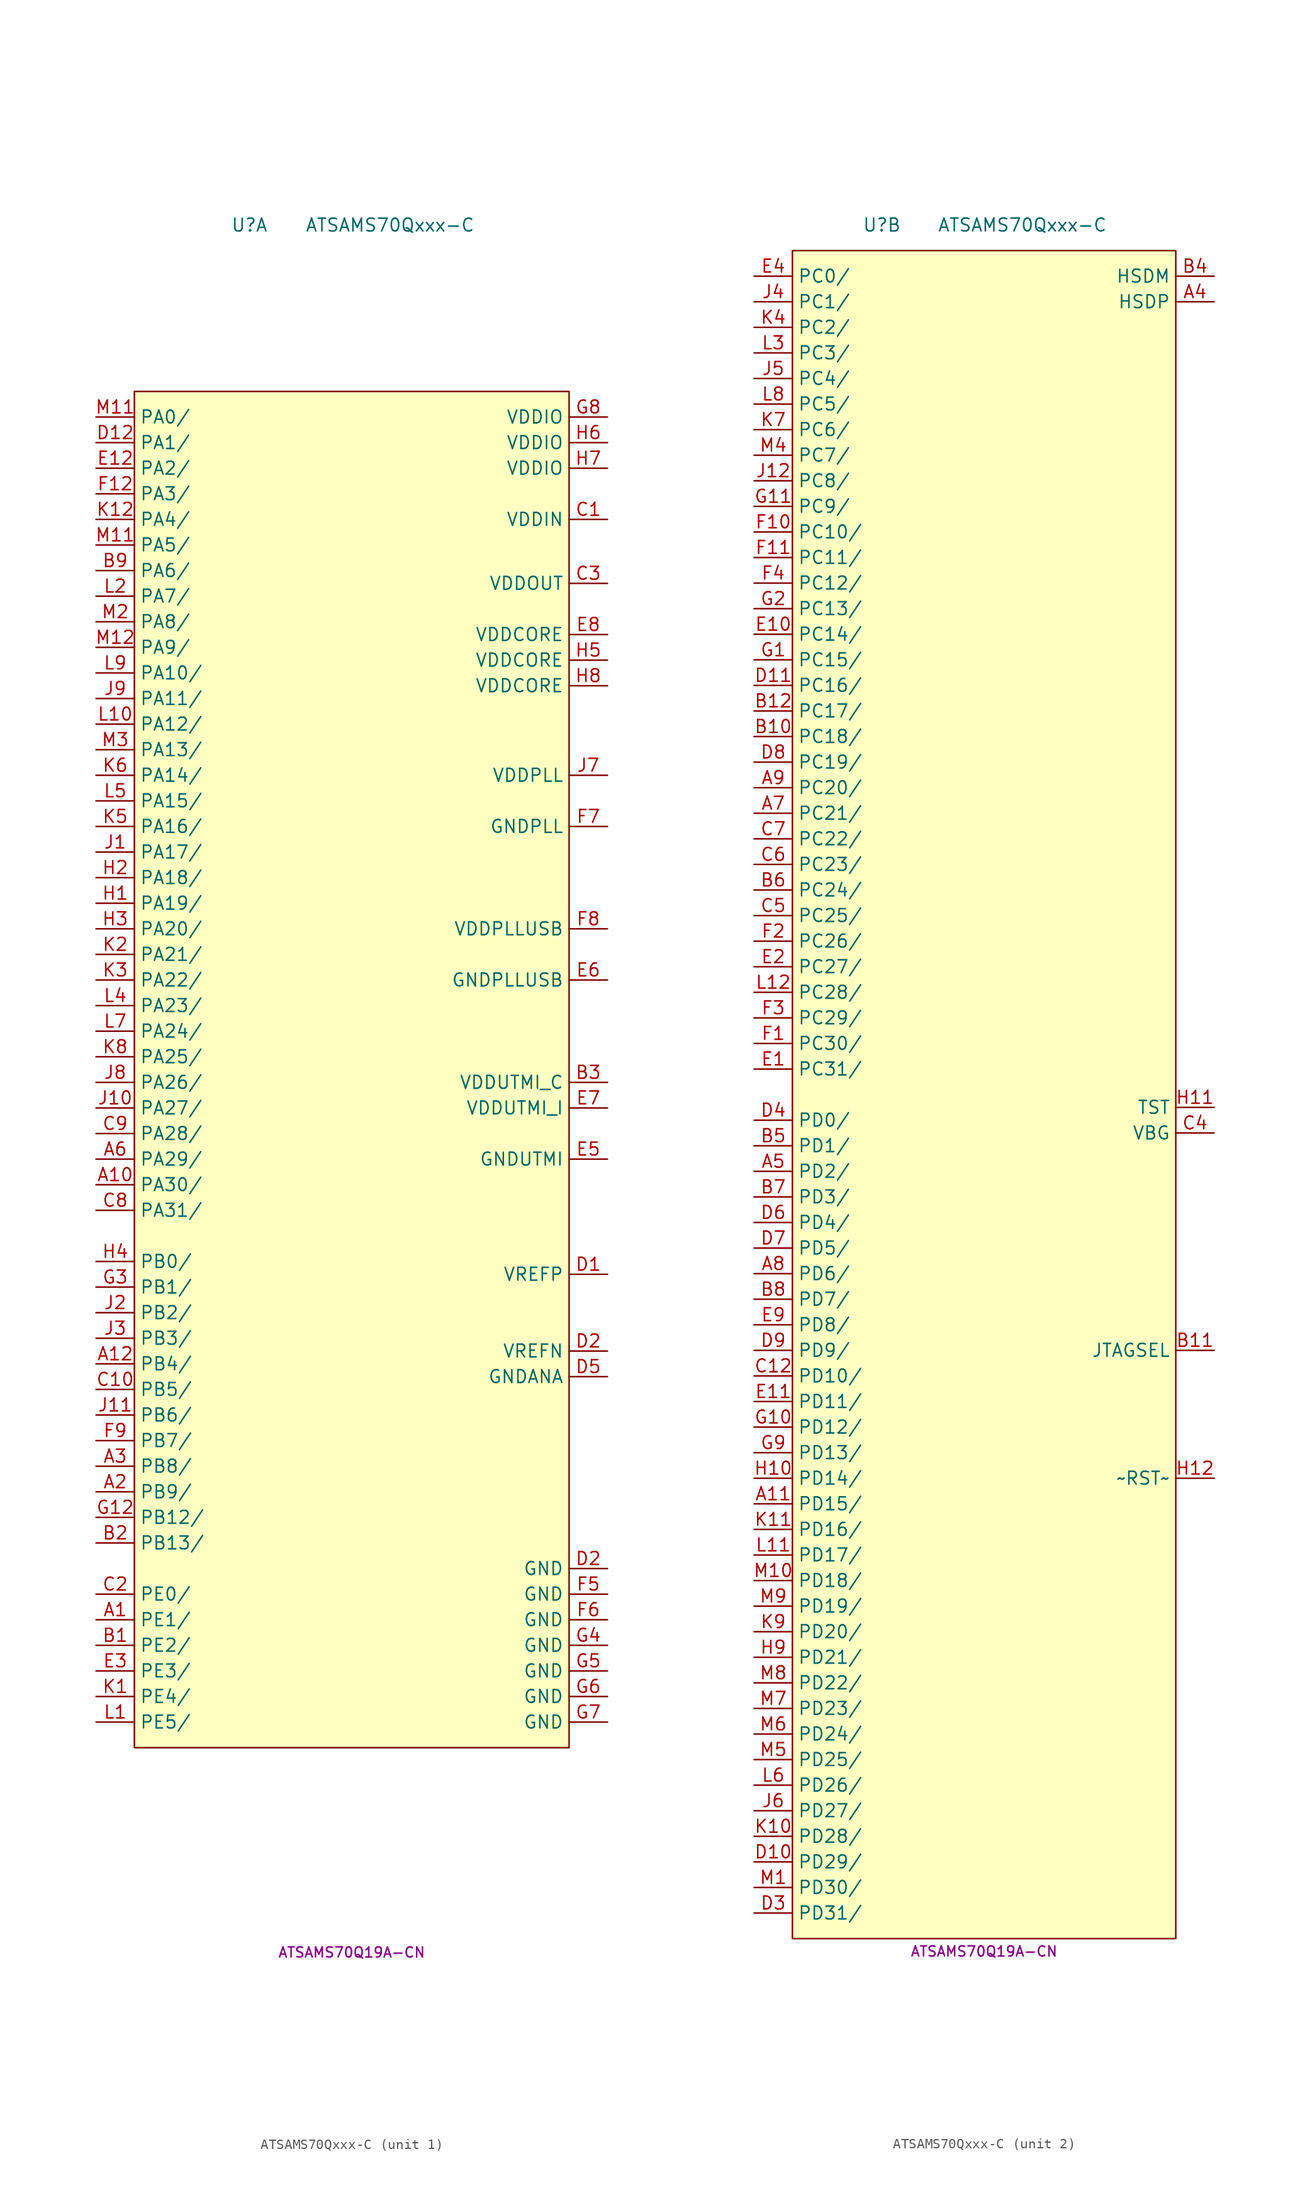
<source format=kicad_sym>
(kicad_symbol_lib
  (version 20231120)
  (generator "kicad_symbol_editor")
  (generator_version "8.0")
  (symbol "ATSAMS70Qxxx-C"
    (property "Reference" "U"
      (at -10.16 85.09 0)
      (effects (font (size 1.27 1.27))))
    (property "Value" "ATSAMS70Qxxx-C"
      (at 3.81 85.09 0)
      (effects (font (size 1.27 1.27))))
    (property "MPN" "ATSAMS70Q19A-CN"
      (at 0 -86.36 0)
      (effects (font (size 1 1))))
    (property "ki_locked" ""
      (at 0 0 0)
      (effects (font (size 1.27 1.27))))
    (symbol "ATSAMS70Qxxx-C_1_1"
      (rectangle (start -21.59 68.58) (end 21.59 -66.04) (stroke (width 0.152) (type default)) (fill (type background)))
      (pin bidirectional line (at -25.4 -53.34 0) (length 3.81) (name "PE1/" (effects (font (size 1.27 1.27)))) (number "A1" (effects (font (size 1.27 1.27)))))
      (pin bidirectional line (at -25.4 -10.16 0) (length 3.81) (name "PA30/" (effects (font (size 1.27 1.27)))) (number "A10" (effects (font (size 1.27 1.27)))))
      (pin bidirectional line (at -25.4 -27.94 0) (length 3.81) (name "PB4/" (effects (font (size 1.27 1.27)))) (number "A12" (effects (font (size 1.27 1.27)))))
      (pin bidirectional line (at -25.4 -40.64 0) (length 3.81) (name "PB9/" (effects (font (size 1.27 1.27)))) (number "A2" (effects (font (size 1.27 1.27)))))
      (pin bidirectional line (at -25.4 -38.1 0) (length 3.81) (name "PB8/" (effects (font (size 1.27 1.27)))) (number "A3" (effects (font (size 1.27 1.27)))))
      (pin bidirectional line (at -25.4 -7.62 0) (length 3.81) (name "PA29/" (effects (font (size 1.27 1.27)))) (number "A6" (effects (font (size 1.27 1.27)))))
      (pin bidirectional line (at -25.4 -55.88 0) (length 3.81) (name "PE2/" (effects (font (size 1.27 1.27)))) (number "B1" (effects (font (size 1.27 1.27)))))
      (pin bidirectional line (at -25.4 -45.72 0) (length 3.81) (name "PB13/" (effects (font (size 1.27 1.27)))) (number "B2" (effects (font (size 1.27 1.27)))))
      (pin power_in line (at 25.4 0 180) (length 3.81) (name "VDDUTMI_C" (effects (font (size 1.27 1.27)))) (number "B3" (effects (font (size 1.27 1.27)))))
      (pin bidirectional line (at -25.4 50.8 0) (length 3.81) (name "PA6/" (effects (font (size 1.27 1.27)))) (number "B9" (effects (font (size 1.27 1.27)))))
      (pin power_in line (at 25.4 55.88 180) (length 3.81) (name "VDDIN" (effects (font (size 1.27 1.27)))) (number "C1" (effects (font (size 1.27 1.27)))))
      (pin bidirectional line (at -25.4 -30.48 0) (length 3.81) (name "PB5/" (effects (font (size 1.27 1.27)))) (number "C10" (effects (font (size 1.27 1.27)))))
      (pin bidirectional line (at -25.4 -50.8 0) (length 3.81) (name "PE0/" (effects (font (size 1.27 1.27)))) (number "C2" (effects (font (size 1.27 1.27)))))
      (pin power_out line (at 25.4 49.53 180) (length 3.81) (name "VDDOUT" (effects (font (size 1.27 1.27)))) (number "C3" (effects (font (size 1.27 1.27)))))
      (pin bidirectional line (at -25.4 -12.7 0) (length 3.81) (name "PA31/" (effects (font (size 1.27 1.27)))) (number "C8" (effects (font (size 1.27 1.27)))))
      (pin bidirectional line (at -25.4 -5.08 0) (length 3.81) (name "PA28/" (effects (font (size 1.27 1.27)))) (number "C9" (effects (font (size 1.27 1.27)))))
      (pin passive line (at 25.4 -19.05 180) (length 3.81) (name "VREFP" (effects (font (size 1.27 1.27)))) (number "D1" (effects (font (size 1.27 1.27)))))
      (pin bidirectional line (at -25.4 63.5 0) (length 3.81) (name "PA1/" (effects (font (size 1.27 1.27)))) (number "D12" (effects (font (size 1.27 1.27)))))
      (pin power_in line (at 25.4 -48.26 180) (length 3.81) (name "GND" (effects (font (size 1.27 1.27)))) (number "D2" (effects (font (size 1.27 1.27)))))
      (pin passive line (at 25.4 -26.67 180) (length 3.81) (name "VREFN" (effects (font (size 1.27 1.27)))) (number "D2" (effects (font (size 1.27 1.27)))))
      (pin power_in line (at 25.4 -29.21 180) (length 3.81) (name "GNDANA" (effects (font (size 1.27 1.27)))) (number "D5" (effects (font (size 1.27 1.27)))))
      (pin bidirectional line (at -25.4 60.96 0) (length 3.81) (name "PA2/" (effects (font (size 1.27 1.27)))) (number "E12" (effects (font (size 1.27 1.27)))))
      (pin bidirectional line (at -25.4 -58.42 0) (length 3.81) (name "PE3/" (effects (font (size 1.27 1.27)))) (number "E3" (effects (font (size 1.27 1.27)))))
      (pin power_in line (at 25.4 -7.62 180) (length 3.81) (name "GNDUTMI" (effects (font (size 1.27 1.27)))) (number "E5" (effects (font (size 1.27 1.27)))))
      (pin power_in line (at 25.4 10.16 180) (length 3.81) (name "GNDPLLUSB" (effects (font (size 1.27 1.27)))) (number "E6" (effects (font (size 1.27 1.27)))))
      (pin power_in line (at 25.4 -2.54 180) (length 3.81) (name "VDDUTMI_I" (effects (font (size 1.27 1.27)))) (number "E7" (effects (font (size 1.27 1.27)))))
      (pin power_in line (at 25.4 44.45 180) (length 3.81) (name "VDDCORE" (effects (font (size 1.27 1.27)))) (number "E8" (effects (font (size 1.27 1.27)))))
      (pin bidirectional line (at -25.4 58.42 0) (length 3.81) (name "PA3/" (effects (font (size 1.27 1.27)))) (number "F12" (effects (font (size 1.27 1.27)))))
      (pin power_in line (at 25.4 -50.8 180) (length 3.81) (name "GND" (effects (font (size 1.27 1.27)))) (number "F5" (effects (font (size 1.27 1.27)))))
      (pin power_in line (at 25.4 -53.34 180) (length 3.81) (name "GND" (effects (font (size 1.27 1.27)))) (number "F6" (effects (font (size 1.27 1.27)))))
      (pin power_in line (at 25.4 25.4 180) (length 3.81) (name "GNDPLL" (effects (font (size 1.27 1.27)))) (number "F7" (effects (font (size 1.27 1.27)))))
      (pin power_in line (at 25.4 15.24 180) (length 3.81) (name "VDDPLLUSB" (effects (font (size 1.27 1.27)))) (number "F8" (effects (font (size 1.27 1.27)))))
      (pin bidirectional line (at -25.4 -35.56 0) (length 3.81) (name "PB7/" (effects (font (size 1.27 1.27)))) (number "F9" (effects (font (size 1.27 1.27)))))
      (pin bidirectional line (at -25.4 -43.18 0) (length 3.81) (name "PB12/" (effects (font (size 1.27 1.27)))) (number "G12" (effects (font (size 1.27 1.27)))))
      (pin bidirectional line (at -25.4 -20.32 0) (length 3.81) (name "PB1/" (effects (font (size 1.27 1.27)))) (number "G3" (effects (font (size 1.27 1.27)))))
      (pin power_in line (at 25.4 -55.88 180) (length 3.81) (name "GND" (effects (font (size 1.27 1.27)))) (number "G4" (effects (font (size 1.27 1.27)))))
      (pin power_in line (at 25.4 -58.42 180) (length 3.81) (name "GND" (effects (font (size 1.27 1.27)))) (number "G5" (effects (font (size 1.27 1.27)))))
      (pin power_in line (at 25.4 -60.96 180) (length 3.81) (name "GND" (effects (font (size 1.27 1.27)))) (number "G6" (effects (font (size 1.27 1.27)))))
      (pin power_in line (at 25.4 -63.5 180) (length 3.81) (name "GND" (effects (font (size 1.27 1.27)))) (number "G7" (effects (font (size 1.27 1.27)))))
      (pin power_in line (at 25.4 66.04 180) (length 3.81) (name "VDDIO" (effects (font (size 1.27 1.27)))) (number "G8" (effects (font (size 1.27 1.27)))))
      (pin bidirectional line (at -25.4 17.78 0) (length 3.81) (name "PA19/" (effects (font (size 1.27 1.27)))) (number "H1" (effects (font (size 1.27 1.27)))))
      (pin bidirectional line (at -25.4 20.32 0) (length 3.81) (name "PA18/" (effects (font (size 1.27 1.27)))) (number "H2" (effects (font (size 1.27 1.27)))))
      (pin bidirectional line (at -25.4 15.24 0) (length 3.81) (name "PA20/" (effects (font (size 1.27 1.27)))) (number "H3" (effects (font (size 1.27 1.27)))))
      (pin bidirectional line (at -25.4 -17.78 0) (length 3.81) (name "PB0/" (effects (font (size 1.27 1.27)))) (number "H4" (effects (font (size 1.27 1.27)))))
      (pin power_in line (at 25.4 41.91 180) (length 3.81) (name "VDDCORE" (effects (font (size 1.27 1.27)))) (number "H5" (effects (font (size 1.27 1.27)))))
      (pin power_in line (at 25.4 63.5 180) (length 3.81) (name "VDDIO" (effects (font (size 1.27 1.27)))) (number "H6" (effects (font (size 1.27 1.27)))))
      (pin power_in line (at 25.4 60.96 180) (length 3.81) (name "VDDIO" (effects (font (size 1.27 1.27)))) (number "H7" (effects (font (size 1.27 1.27)))))
      (pin power_in line (at 25.4 39.37 180) (length 3.81) (name "VDDCORE" (effects (font (size 1.27 1.27)))) (number "H8" (effects (font (size 1.27 1.27)))))
      (pin bidirectional line (at -25.4 22.86 0) (length 3.81) (name "PA17/" (effects (font (size 1.27 1.27)))) (number "J1" (effects (font (size 1.27 1.27)))))
      (pin bidirectional line (at -25.4 -2.54 0) (length 3.81) (name "PA27/" (effects (font (size 1.27 1.27)))) (number "J10" (effects (font (size 1.27 1.27)))))
      (pin bidirectional line (at -25.4 -33.02 0) (length 3.81) (name "PB6/" (effects (font (size 1.27 1.27)))) (number "J11" (effects (font (size 1.27 1.27)))))
      (pin bidirectional line (at -25.4 -22.86 0) (length 3.81) (name "PB2/" (effects (font (size 1.27 1.27)))) (number "J2" (effects (font (size 1.27 1.27)))))
      (pin bidirectional line (at -25.4 -25.4 0) (length 3.81) (name "PB3/" (effects (font (size 1.27 1.27)))) (number "J3" (effects (font (size 1.27 1.27)))))
      (pin power_in line (at 25.4 30.48 180) (length 3.81) (name "VDDPLL" (effects (font (size 1.27 1.27)))) (number "J7" (effects (font (size 1.27 1.27)))))
      (pin bidirectional line (at -25.4 0 0) (length 3.81) (name "PA26/" (effects (font (size 1.27 1.27)))) (number "J8" (effects (font (size 1.27 1.27)))))
      (pin bidirectional line (at -25.4 38.1 0) (length 3.81) (name "PA11/" (effects (font (size 1.27 1.27)))) (number "J9" (effects (font (size 1.27 1.27)))))
      (pin bidirectional line (at -25.4 -60.96 0) (length 3.81) (name "PE4/" (effects (font (size 1.27 1.27)))) (number "K1" (effects (font (size 1.27 1.27)))))
      (pin bidirectional line (at -25.4 55.88 0) (length 3.81) (name "PA4/" (effects (font (size 1.27 1.27)))) (number "K12" (effects (font (size 1.27 1.27)))))
      (pin bidirectional line (at -25.4 12.7 0) (length 3.81) (name "PA21/" (effects (font (size 1.27 1.27)))) (number "K2" (effects (font (size 1.27 1.27)))))
      (pin bidirectional line (at -25.4 10.16 0) (length 3.81) (name "PA22/" (effects (font (size 1.27 1.27)))) (number "K3" (effects (font (size 1.27 1.27)))))
      (pin bidirectional line (at -25.4 25.4 0) (length 3.81) (name "PA16/" (effects (font (size 1.27 1.27)))) (number "K5" (effects (font (size 1.27 1.27)))))
      (pin bidirectional line (at -25.4 30.48 0) (length 3.81) (name "PA14/" (effects (font (size 1.27 1.27)))) (number "K6" (effects (font (size 1.27 1.27)))))
      (pin bidirectional line (at -25.4 2.54 0) (length 3.81) (name "PA25/" (effects (font (size 1.27 1.27)))) (number "K8" (effects (font (size 1.27 1.27)))))
      (pin bidirectional line (at -25.4 -63.5 0) (length 3.81) (name "PE5/" (effects (font (size 1.27 1.27)))) (number "L1" (effects (font (size 1.27 1.27)))))
      (pin bidirectional line (at -25.4 35.56 0) (length 3.81) (name "PA12/" (effects (font (size 1.27 1.27)))) (number "L10" (effects (font (size 1.27 1.27)))))
      (pin bidirectional line (at -25.4 48.26 0) (length 3.81) (name "PA7/" (effects (font (size 1.27 1.27)))) (number "L2" (effects (font (size 1.27 1.27)))))
      (pin bidirectional line (at -25.4 7.62 0) (length 3.81) (name "PA23/" (effects (font (size 1.27 1.27)))) (number "L4" (effects (font (size 1.27 1.27)))))
      (pin bidirectional line (at -25.4 27.94 0) (length 3.81) (name "PA15/" (effects (font (size 1.27 1.27)))) (number "L5" (effects (font (size 1.27 1.27)))))
      (pin bidirectional line (at -25.4 5.08 0) (length 3.81) (name "PA24/" (effects (font (size 1.27 1.27)))) (number "L7" (effects (font (size 1.27 1.27)))))
      (pin bidirectional line (at -25.4 40.64 0) (length 3.81) (name "PA10/" (effects (font (size 1.27 1.27)))) (number "L9" (effects (font (size 1.27 1.27)))))
      (pin bidirectional line (at -25.4 66.04 0) (length 3.81) (name "PA0/" (effects (font (size 1.27 1.27)))) (number "M11" (effects (font (size 1.27 1.27)))))
      (pin bidirectional line (at -25.4 53.34 0) (length 3.81) (name "PA5/" (effects (font (size 1.27 1.27)))) (number "M11" (effects (font (size 1.27 1.27)))))
      (pin bidirectional line (at -25.4 43.18 0) (length 3.81) (name "PA9/" (effects (font (size 1.27 1.27)))) (number "M12" (effects (font (size 1.27 1.27)))))
      (pin bidirectional line (at -25.4 45.72 0) (length 3.81) (name "PA8/" (effects (font (size 1.27 1.27)))) (number "M2" (effects (font (size 1.27 1.27)))))
      (pin bidirectional line (at -25.4 33.02 0) (length 3.81) (name "PA13/" (effects (font (size 1.27 1.27)))) (number "M3" (effects (font (size 1.27 1.27))))))
    (symbol "ATSAMS70Qxxx-C_2_1"
      (rectangle (start -19.05 82.55) (end 19.05 -85.09) (stroke (width 0.152) (type default)) (fill (type background)))
      (pin bidirectional line (at -22.86 -41.91 0) (length 3.81) (name "PD15/" (effects (font (size 1.27 1.27)))) (number "A11" (effects (font (size 1.27 1.27)))))
      (pin bidirectional line (at 22.86 77.47 180) (length 3.81) (name "HSDP" (effects (font (size 1.27 1.27)))) (number "A4" (effects (font (size 1.27 1.27)))))
      (pin bidirectional line (at -22.86 -8.89 0) (length 3.81) (name "PD2/" (effects (font (size 1.27 1.27)))) (number "A5" (effects (font (size 1.27 1.27)))))
      (pin bidirectional line (at -22.86 26.67 0) (length 3.81) (name "PC21/" (effects (font (size 1.27 1.27)))) (number "A7" (effects (font (size 1.27 1.27)))))
      (pin bidirectional line (at -22.86 -19.05 0) (length 3.81) (name "PD6/" (effects (font (size 1.27 1.27)))) (number "A8" (effects (font (size 1.27 1.27)))))
      (pin bidirectional line (at -22.86 29.21 0) (length 3.81) (name "PC20/" (effects (font (size 1.27 1.27)))) (number "A9" (effects (font (size 1.27 1.27)))))
      (pin bidirectional line (at -22.86 34.29 0) (length 3.81) (name "PC18/" (effects (font (size 1.27 1.27)))) (number "B10" (effects (font (size 1.27 1.27)))))
      (pin input line (at 22.86 -26.67 180) (length 3.81) (name "JTAGSEL" (effects (font (size 1.27 1.27)))) (number "B11" (effects (font (size 1.27 1.27)))))
      (pin bidirectional line (at -22.86 36.83 0) (length 3.81) (name "PC17/" (effects (font (size 1.27 1.27)))) (number "B12" (effects (font (size 1.27 1.27)))))
      (pin bidirectional line (at 22.86 80.01 180) (length 3.81) (name "HSDM" (effects (font (size 1.27 1.27)))) (number "B4" (effects (font (size 1.27 1.27)))))
      (pin bidirectional line (at -22.86 -6.35 0) (length 3.81) (name "PD1/" (effects (font (size 1.27 1.27)))) (number "B5" (effects (font (size 1.27 1.27)))))
      (pin bidirectional line (at -22.86 19.05 0) (length 3.81) (name "PC24/" (effects (font (size 1.27 1.27)))) (number "B6" (effects (font (size 1.27 1.27)))))
      (pin bidirectional line (at -22.86 -11.43 0) (length 3.81) (name "PD3/" (effects (font (size 1.27 1.27)))) (number "B7" (effects (font (size 1.27 1.27)))))
      (pin bidirectional line (at -22.86 -21.59 0) (length 3.81) (name "PD7/" (effects (font (size 1.27 1.27)))) (number "B8" (effects (font (size 1.27 1.27)))))
      (pin bidirectional line (at -22.86 -29.21 0) (length 3.81) (name "PD10/" (effects (font (size 1.27 1.27)))) (number "C12" (effects (font (size 1.27 1.27)))))
      (pin passive line (at 22.86 -5.08 180) (length 3.81) (name "VBG" (effects (font (size 1.27 1.27)))) (number "C4" (effects (font (size 1.27 1.27)))))
      (pin bidirectional line (at -22.86 16.51 0) (length 3.81) (name "PC25/" (effects (font (size 1.27 1.27)))) (number "C5" (effects (font (size 1.27 1.27)))))
      (pin bidirectional line (at -22.86 21.59 0) (length 3.81) (name "PC23/" (effects (font (size 1.27 1.27)))) (number "C6" (effects (font (size 1.27 1.27)))))
      (pin bidirectional line (at -22.86 24.13 0) (length 3.81) (name "PC22/" (effects (font (size 1.27 1.27)))) (number "C7" (effects (font (size 1.27 1.27)))))
      (pin bidirectional line (at -22.86 -77.47 0) (length 3.81) (name "PD29/" (effects (font (size 1.27 1.27)))) (number "D10" (effects (font (size 1.27 1.27)))))
      (pin bidirectional line (at -22.86 39.37 0) (length 3.81) (name "PC16/" (effects (font (size 1.27 1.27)))) (number "D11" (effects (font (size 1.27 1.27)))))
      (pin bidirectional line (at -22.86 -82.55 0) (length 3.81) (name "PD31/" (effects (font (size 1.27 1.27)))) (number "D3" (effects (font (size 1.27 1.27)))))
      (pin bidirectional line (at -22.86 -3.81 0) (length 3.81) (name "PD0/" (effects (font (size 1.27 1.27)))) (number "D4" (effects (font (size 1.27 1.27)))))
      (pin bidirectional line (at -22.86 -13.97 0) (length 3.81) (name "PD4/" (effects (font (size 1.27 1.27)))) (number "D6" (effects (font (size 1.27 1.27)))))
      (pin bidirectional line (at -22.86 -16.51 0) (length 3.81) (name "PD5/" (effects (font (size 1.27 1.27)))) (number "D7" (effects (font (size 1.27 1.27)))))
      (pin bidirectional line (at -22.86 31.75 0) (length 3.81) (name "PC19/" (effects (font (size 1.27 1.27)))) (number "D8" (effects (font (size 1.27 1.27)))))
      (pin bidirectional line (at -22.86 -26.67 0) (length 3.81) (name "PD9/" (effects (font (size 1.27 1.27)))) (number "D9" (effects (font (size 1.27 1.27)))))
      (pin bidirectional line (at -22.86 1.27 0) (length 3.81) (name "PC31/" (effects (font (size 1.27 1.27)))) (number "E1" (effects (font (size 1.27 1.27)))))
      (pin bidirectional line (at -22.86 44.45 0) (length 3.81) (name "PC14/" (effects (font (size 1.27 1.27)))) (number "E10" (effects (font (size 1.27 1.27)))))
      (pin bidirectional line (at -22.86 -31.75 0) (length 3.81) (name "PD11/" (effects (font (size 1.27 1.27)))) (number "E11" (effects (font (size 1.27 1.27)))))
      (pin bidirectional line (at -22.86 11.43 0) (length 3.81) (name "PC27/" (effects (font (size 1.27 1.27)))) (number "E2" (effects (font (size 1.27 1.27)))))
      (pin bidirectional line (at -22.86 80.01 0) (length 3.81) (name "PC0/" (effects (font (size 1.27 1.27)))) (number "E4" (effects (font (size 1.27 1.27)))))
      (pin bidirectional line (at -22.86 -24.13 0) (length 3.81) (name "PD8/" (effects (font (size 1.27 1.27)))) (number "E9" (effects (font (size 1.27 1.27)))))
      (pin bidirectional line (at -22.86 3.81 0) (length 3.81) (name "PC30/" (effects (font (size 1.27 1.27)))) (number "F1" (effects (font (size 1.27 1.27)))))
      (pin bidirectional line (at -22.86 54.61 0) (length 3.81) (name "PC10/" (effects (font (size 1.27 1.27)))) (number "F10" (effects (font (size 1.27 1.27)))))
      (pin bidirectional line (at -22.86 52.07 0) (length 3.81) (name "PC11/" (effects (font (size 1.27 1.27)))) (number "F11" (effects (font (size 1.27 1.27)))))
      (pin bidirectional line (at -22.86 13.97 0) (length 3.81) (name "PC26/" (effects (font (size 1.27 1.27)))) (number "F2" (effects (font (size 1.27 1.27)))))
      (pin bidirectional line (at -22.86 6.35 0) (length 3.81) (name "PC29/" (effects (font (size 1.27 1.27)))) (number "F3" (effects (font (size 1.27 1.27)))))
      (pin bidirectional line (at -22.86 49.53 0) (length 3.81) (name "PC12/" (effects (font (size 1.27 1.27)))) (number "F4" (effects (font (size 1.27 1.27)))))
      (pin bidirectional line (at -22.86 41.91 0) (length 3.81) (name "PC15/" (effects (font (size 1.27 1.27)))) (number "G1" (effects (font (size 1.27 1.27)))))
      (pin bidirectional line (at -22.86 -34.29 0) (length 3.81) (name "PD12/" (effects (font (size 1.27 1.27)))) (number "G10" (effects (font (size 1.27 1.27)))))
      (pin bidirectional line (at -22.86 57.15 0) (length 3.81) (name "PC9/" (effects (font (size 1.27 1.27)))) (number "G11" (effects (font (size 1.27 1.27)))))
      (pin bidirectional line (at -22.86 46.99 0) (length 3.81) (name "PC13/" (effects (font (size 1.27 1.27)))) (number "G2" (effects (font (size 1.27 1.27)))))
      (pin bidirectional line (at -22.86 -36.83 0) (length 3.81) (name "PD13/" (effects (font (size 1.27 1.27)))) (number "G9" (effects (font (size 1.27 1.27)))))
      (pin bidirectional line (at -22.86 -39.37 0) (length 3.81) (name "PD14/" (effects (font (size 1.27 1.27)))) (number "H10" (effects (font (size 1.27 1.27)))))
      (pin passive line (at 22.86 -2.54 180) (length 3.81) (name "TST" (effects (font (size 1.27 1.27)))) (number "H11" (effects (font (size 1.27 1.27)))))
      (pin input line (at 22.86 -39.37 180) (length 3.81) (name "~RST~" (effects (font (size 1.27 1.27)))) (number "H12" (effects (font (size 1.27 1.27)))))
      (pin bidirectional line (at -22.86 -57.15 0) (length 3.81) (name "PD21/" (effects (font (size 1.27 1.27)))) (number "H9" (effects (font (size 1.27 1.27)))))
      (pin bidirectional line (at -22.86 59.69 0) (length 3.81) (name "PC8/" (effects (font (size 1.27 1.27)))) (number "J12" (effects (font (size 1.27 1.27)))))
      (pin bidirectional line (at -22.86 77.47 0) (length 3.81) (name "PC1/" (effects (font (size 1.27 1.27)))) (number "J4" (effects (font (size 1.27 1.27)))))
      (pin bidirectional line (at -22.86 69.85 0) (length 3.81) (name "PC4/" (effects (font (size 1.27 1.27)))) (number "J5" (effects (font (size 1.27 1.27)))))
      (pin bidirectional line (at -22.86 -72.39 0) (length 3.81) (name "PD27/" (effects (font (size 1.27 1.27)))) (number "J6" (effects (font (size 1.27 1.27)))))
      (pin bidirectional line (at -22.86 -74.93 0) (length 3.81) (name "PD28/" (effects (font (size 1.27 1.27)))) (number "K10" (effects (font (size 1.27 1.27)))))
      (pin bidirectional line (at -22.86 -44.45 0) (length 3.81) (name "PD16/" (effects (font (size 1.27 1.27)))) (number "K11" (effects (font (size 1.27 1.27)))))
      (pin bidirectional line (at -22.86 74.93 0) (length 3.81) (name "PC2/" (effects (font (size 1.27 1.27)))) (number "K4" (effects (font (size 1.27 1.27)))))
      (pin bidirectional line (at -22.86 64.77 0) (length 3.81) (name "PC6/" (effects (font (size 1.27 1.27)))) (number "K7" (effects (font (size 1.27 1.27)))))
      (pin bidirectional line (at -22.86 -54.61 0) (length 3.81) (name "PD20/" (effects (font (size 1.27 1.27)))) (number "K9" (effects (font (size 1.27 1.27)))))
      (pin bidirectional line (at -22.86 -46.99 0) (length 3.81) (name "PD17/" (effects (font (size 1.27 1.27)))) (number "L11" (effects (font (size 1.27 1.27)))))
      (pin bidirectional line (at -22.86 8.89 0) (length 3.81) (name "PC28/" (effects (font (size 1.27 1.27)))) (number "L12" (effects (font (size 1.27 1.27)))))
      (pin bidirectional line (at -22.86 72.39 0) (length 3.81) (name "PC3/" (effects (font (size 1.27 1.27)))) (number "L3" (effects (font (size 1.27 1.27)))))
      (pin bidirectional line (at -22.86 -69.85 0) (length 3.81) (name "PD26/" (effects (font (size 1.27 1.27)))) (number "L6" (effects (font (size 1.27 1.27)))))
      (pin bidirectional line (at -22.86 67.31 0) (length 3.81) (name "PC5/" (effects (font (size 1.27 1.27)))) (number "L8" (effects (font (size 1.27 1.27)))))
      (pin bidirectional line (at -22.86 -80.01 0) (length 3.81) (name "PD30/" (effects (font (size 1.27 1.27)))) (number "M1" (effects (font (size 1.27 1.27)))))
      (pin bidirectional line (at -22.86 -49.53 0) (length 3.81) (name "PD18/" (effects (font (size 1.27 1.27)))) (number "M10" (effects (font (size 1.27 1.27)))))
      (pin bidirectional line (at -22.86 62.23 0) (length 3.81) (name "PC7/" (effects (font (size 1.27 1.27)))) (number "M4" (effects (font (size 1.27 1.27)))))
      (pin bidirectional line (at -22.86 -67.31 0) (length 3.81) (name "PD25/" (effects (font (size 1.27 1.27)))) (number "M5" (effects (font (size 1.27 1.27)))))
      (pin bidirectional line (at -22.86 -64.77 0) (length 3.81) (name "PD24/" (effects (font (size 1.27 1.27)))) (number "M6" (effects (font (size 1.27 1.27)))))
      (pin bidirectional line (at -22.86 -62.23 0) (length 3.81) (name "PD23/" (effects (font (size 1.27 1.27)))) (number "M7" (effects (font (size 1.27 1.27)))))
      (pin bidirectional line (at -22.86 -59.69 0) (length 3.81) (name "PD22/" (effects (font (size 1.27 1.27)))) (number "M8" (effects (font (size 1.27 1.27)))))
      (pin bidirectional line (at -22.86 -52.07 0) (length 3.81) (name "PD19/" (effects (font (size 1.27 1.27)))) (number "M9" (effects (font (size 1.27 1.27))))))))
</source>
